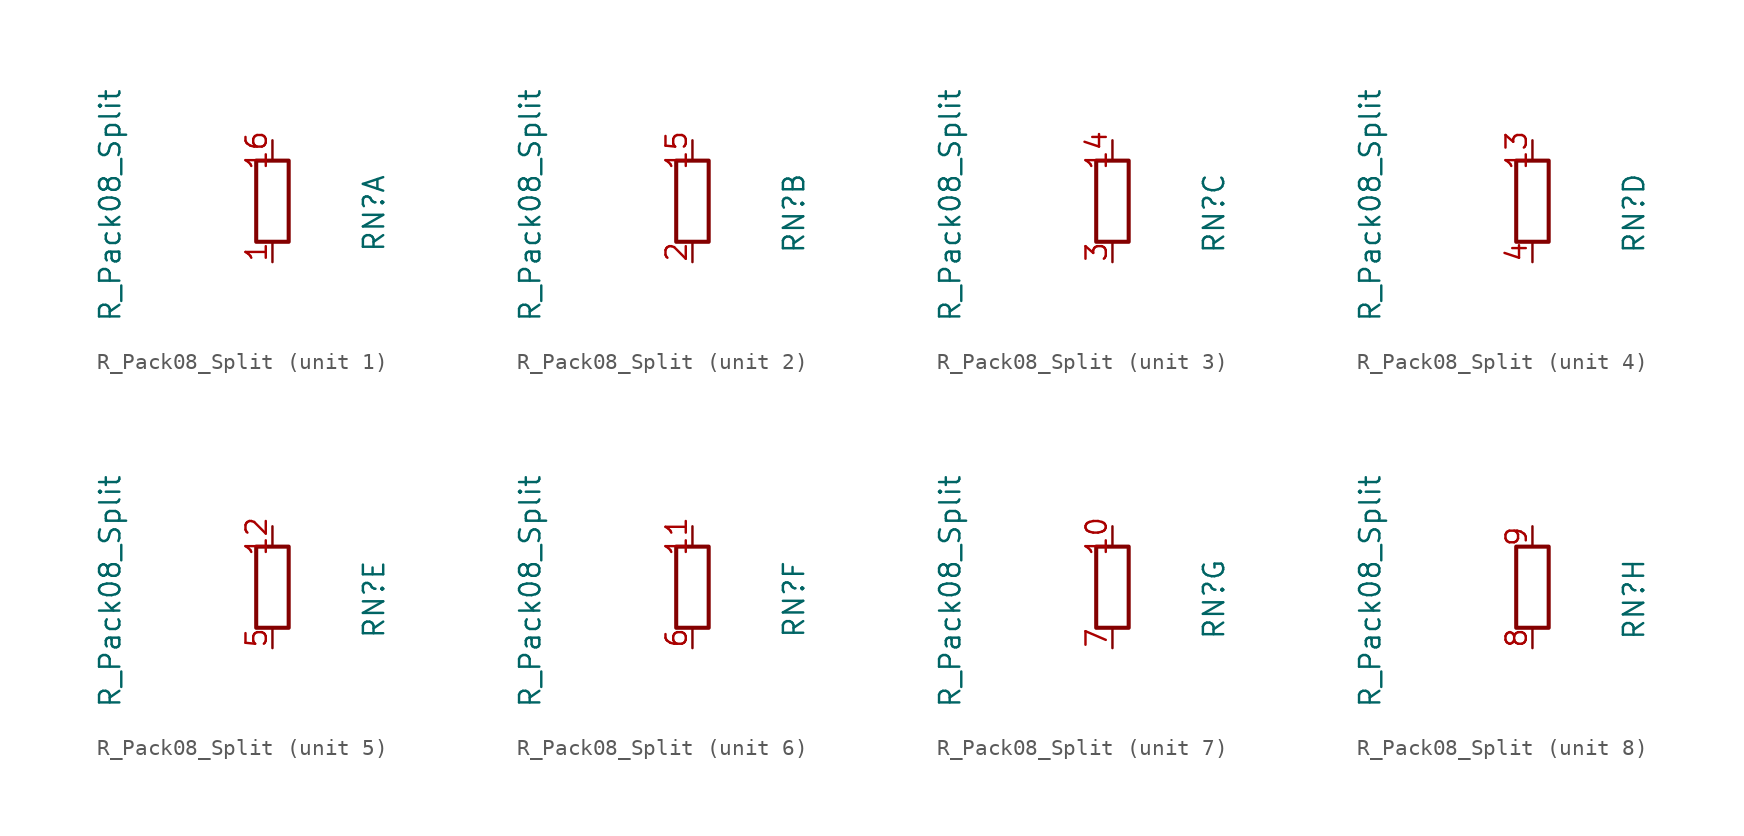
<source format=kicad_sym>
(kicad_symbol_lib
  (version 20231120)
  (generator "kicad_symbol_editor")
  (generator_version "8.0")
  (symbol "R_Pack08_Split"
    (pin_names
      (offset 0) hide)
    (property "Reference" "RN"
      (at 6.35 -0.762 90)
      (effects (font (size 1.27 1.27))))
    (property "Value" "R_Pack08_Split"
      (at -10.16 -0.254 90)
      (effects (font (size 1.27 1.27))))
    (symbol "R_Pack08_Split_0_1"
      (rectangle (start 1.016 2.54) (end -1.016 -2.54) (stroke (width 0.254) (type default)) (fill (type none))))
    (symbol "R_Pack08_Split_1_1"
      (pin passive line (at 0 -3.81 90) (length 1.27) (name "R1.1" (effects (font (size 1.27 1.27)))) (number "1" (effects (font (size 1.27 1.27)))))
      (pin passive line (at 0 3.81 270) (length 1.27) (name "R1.2" (effects (font (size 1.27 1.27)))) (number "16" (effects (font (size 1.27 1.27))))))
    (symbol "R_Pack08_Split_2_1"
      (pin passive line (at 0 3.81 270) (length 1.27) (name "R2.2" (effects (font (size 1.27 1.27)))) (number "15" (effects (font (size 1.27 1.27)))))
      (pin passive line (at 0 -3.81 90) (length 1.27) (name "R2.1" (effects (font (size 1.27 1.27)))) (number "2" (effects (font (size 1.27 1.27))))))
    (symbol "R_Pack08_Split_3_1"
      (pin passive line (at 0 3.81 270) (length 1.27) (name "R3.2" (effects (font (size 1.27 1.27)))) (number "14" (effects (font (size 1.27 1.27)))))
      (pin passive line (at 0 -3.81 90) (length 1.27) (name "R3.1" (effects (font (size 1.27 1.27)))) (number "3" (effects (font (size 1.27 1.27))))))
    (symbol "R_Pack08_Split_4_1"
      (pin passive line (at 0 3.81 270) (length 1.27) (name "R4.2" (effects (font (size 1.27 1.27)))) (number "13" (effects (font (size 1.27 1.27)))))
      (pin passive line (at 0 -3.81 90) (length 1.27) (name "R4.1" (effects (font (size 1.27 1.27)))) (number "4" (effects (font (size 1.27 1.27))))))
    (symbol "R_Pack08_Split_5_1"
      (pin passive line (at 0 3.81 270) (length 1.27) (name "R5.2" (effects (font (size 1.27 1.27)))) (number "12" (effects (font (size 1.27 1.27)))))
      (pin passive line (at 0 -3.81 90) (length 1.27) (name "R5.1" (effects (font (size 1.27 1.27)))) (number "5" (effects (font (size 1.27 1.27))))))
    (symbol "R_Pack08_Split_6_1"
      (pin passive line (at 0 3.81 270) (length 1.27) (name "R6.2" (effects (font (size 1.27 1.27)))) (number "11" (effects (font (size 1.27 1.27)))))
      (pin passive line (at 0 -3.81 90) (length 1.27) (name "R6.1" (effects (font (size 1.27 1.27)))) (number "6" (effects (font (size 1.27 1.27))))))
    (symbol "R_Pack08_Split_7_1"
      (pin passive line (at 0 3.81 270) (length 1.27) (name "R7.2" (effects (font (size 1.27 1.27)))) (number "10" (effects (font (size 1.27 1.27)))))
      (pin passive line (at 0 -3.81 90) (length 1.27) (name "R7.1" (effects (font (size 1.27 1.27)))) (number "7" (effects (font (size 1.27 1.27))))))
    (symbol "R_Pack08_Split_8_1"
      (pin passive line (at 0 -3.81 90) (length 1.27) (name "R8.1" (effects (font (size 1.27 1.27)))) (number "8" (effects (font (size 1.27 1.27)))))
      (pin passive line (at 0 3.81 270) (length 1.27) (name "R8.2" (effects (font (size 1.27 1.27)))) (number "9" (effects (font (size 1.27 1.27))))))))
</source>
